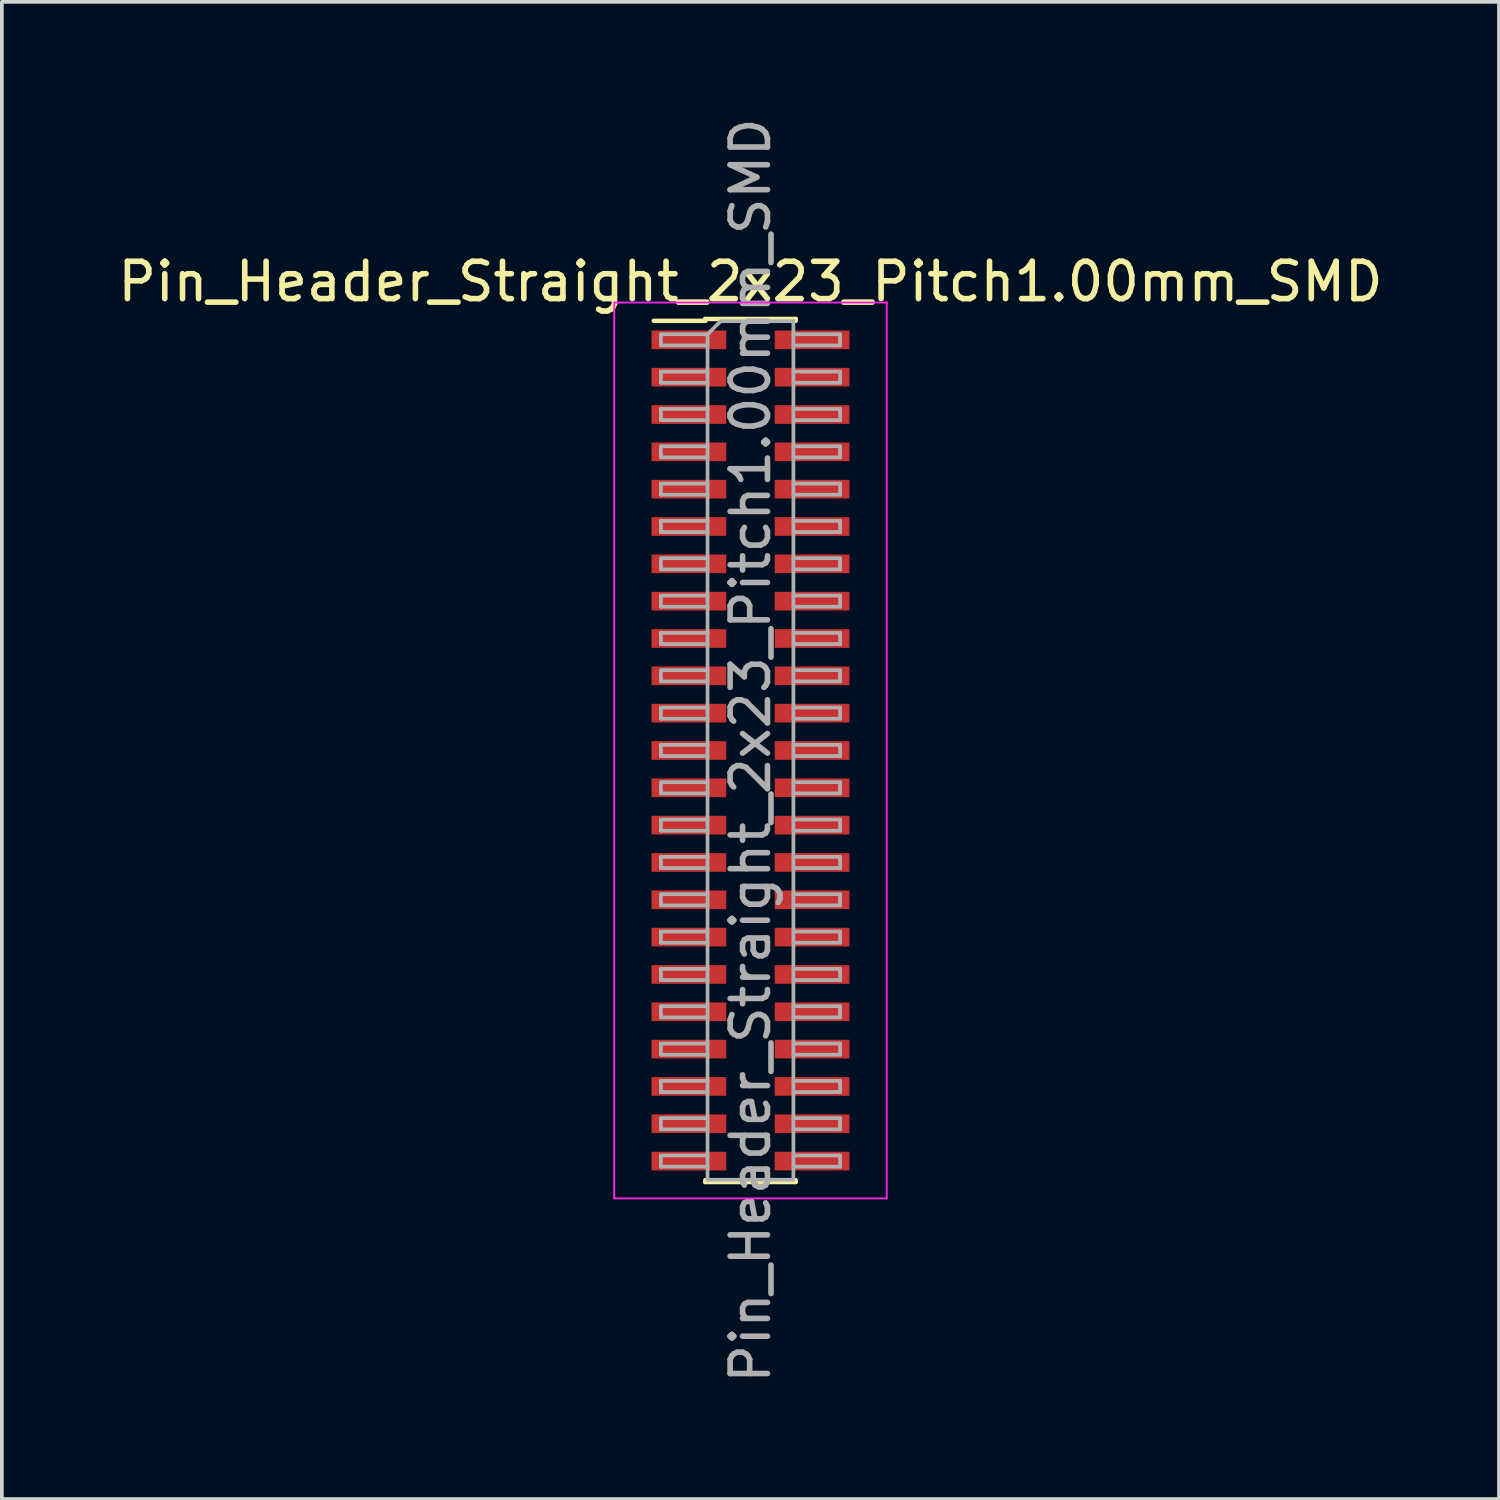
<source format=kicad_pcb>
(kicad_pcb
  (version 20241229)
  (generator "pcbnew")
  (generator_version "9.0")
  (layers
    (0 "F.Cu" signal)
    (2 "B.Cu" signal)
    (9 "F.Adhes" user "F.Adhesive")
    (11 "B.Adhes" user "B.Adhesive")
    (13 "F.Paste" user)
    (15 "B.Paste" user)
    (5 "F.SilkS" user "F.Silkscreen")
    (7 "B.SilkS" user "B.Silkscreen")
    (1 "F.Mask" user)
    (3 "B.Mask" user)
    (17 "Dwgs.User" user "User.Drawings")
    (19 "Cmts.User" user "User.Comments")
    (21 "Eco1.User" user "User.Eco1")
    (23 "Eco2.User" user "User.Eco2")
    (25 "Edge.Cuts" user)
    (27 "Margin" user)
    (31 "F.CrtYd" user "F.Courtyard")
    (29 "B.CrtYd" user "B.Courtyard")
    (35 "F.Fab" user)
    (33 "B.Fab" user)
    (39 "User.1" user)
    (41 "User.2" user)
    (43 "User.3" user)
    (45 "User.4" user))
  (footprint "Pin_Header_Straight_2x23_Pitch1.00mm_SMD"
    (layer "F.Cu")
    (at 17.054 17.054)
    (property "Reference" "Pin_Header_Straight_2x23_Pitch1.00mm_SMD" (at 0 -12.56 0) (layer "F.SilkS") (effects (font (size 1 1) (thickness 0.15))))
    (attr smd)
    (fp_line (start -2.59 -11.51) (end -1.21 -11.51) (stroke (width 0.12) (type solid)) (layer "F.SilkS"))
    (fp_line (start -1.21 -11.56) (end -1.21 -11.51) (stroke (width 0.12) (type solid)) (layer "F.SilkS"))
    (fp_line (start -1.21 -11.56) (end 1.21 -11.56) (stroke (width 0.12) (type solid)) (layer "F.SilkS"))
    (fp_line (start -1.21 11.51) (end -1.21 11.56) (stroke (width 0.12) (type solid)) (layer "F.SilkS"))
    (fp_line (start -1.21 11.56) (end 1.21 11.56) (stroke (width 0.12) (type solid)) (layer "F.SilkS"))
    (fp_line (start 1.21 -11.56) (end 1.21 -11.51) (stroke (width 0.12) (type solid)) (layer "F.SilkS"))
    (fp_line (start 1.21 11.51) (end 1.21 11.56) (stroke (width 0.12) (type solid)) (layer "F.SilkS"))
    (fp_line (start -3.65 -12) (end -3.65 12) (stroke (width 0.05) (type solid)) (layer "F.CrtYd"))
    (fp_line (start -3.65 12) (end 3.65 12) (stroke (width 0.05) (type solid)) (layer "F.CrtYd"))
    (fp_line (start 3.65 -12) (end -3.65 -12) (stroke (width 0.05) (type solid)) (layer "F.CrtYd"))
    (fp_line (start 3.65 12) (end 3.65 -12) (stroke (width 0.05) (type solid)) (layer "F.CrtYd"))
    (fp_line (start -2.4 -11.15) (end -2.4 -10.85) (stroke (width 0.1) (type solid)) (layer "F.Fab"))
    (fp_line (start -2.4 -10.85) (end -1.15 -10.85) (stroke (width 0.1) (type solid)) (layer "F.Fab"))
    (fp_line (start -2.4 -10.15) (end -2.4 -9.85) (stroke (width 0.1) (type solid)) (layer "F.Fab"))
    (fp_line (start -2.4 -9.85) (end -1.15 -9.85) (stroke (width 0.1) (type solid)) (layer "F.Fab"))
    (fp_line (start -2.4 -9.15) (end -2.4 -8.85) (stroke (width 0.1) (type solid)) (layer "F.Fab"))
    (fp_line (start -2.4 -8.85) (end -1.15 -8.85) (stroke (width 0.1) (type solid)) (layer "F.Fab"))
    (fp_line (start -2.4 -8.15) (end -2.4 -7.85) (stroke (width 0.1) (type solid)) (layer "F.Fab"))
    (fp_line (start -2.4 -7.85) (end -1.15 -7.85) (stroke (width 0.1) (type solid)) (layer "F.Fab"))
    (fp_line (start -2.4 -7.15) (end -2.4 -6.85) (stroke (width 0.1) (type solid)) (layer "F.Fab"))
    (fp_line (start -2.4 -6.85) (end -1.15 -6.85) (stroke (width 0.1) (type solid)) (layer "F.Fab"))
    (fp_line (start -2.4 -6.15) (end -2.4 -5.85) (stroke (width 0.1) (type solid)) (layer "F.Fab"))
    (fp_line (start -2.4 -5.85) (end -1.15 -5.85) (stroke (width 0.1) (type solid)) (layer "F.Fab"))
    (fp_line (start -2.4 -5.15) (end -2.4 -4.85) (stroke (width 0.1) (type solid)) (layer "F.Fab"))
    (fp_line (start -2.4 -4.85) (end -1.15 -4.85) (stroke (width 0.1) (type solid)) (layer "F.Fab"))
    (fp_line (start -2.4 -4.15) (end -2.4 -3.85) (stroke (width 0.1) (type solid)) (layer "F.Fab"))
    (fp_line (start -2.4 -3.85) (end -1.15 -3.85) (stroke (width 0.1) (type solid)) (layer "F.Fab"))
    (fp_line (start -2.4 -3.15) (end -2.4 -2.85) (stroke (width 0.1) (type solid)) (layer "F.Fab"))
    (fp_line (start -2.4 -2.85) (end -1.15 -2.85) (stroke (width 0.1) (type solid)) (layer "F.Fab"))
    (fp_line (start -2.4 -2.15) (end -2.4 -1.85) (stroke (width 0.1) (type solid)) (layer "F.Fab"))
    (fp_line (start -2.4 -1.85) (end -1.15 -1.85) (stroke (width 0.1) (type solid)) (layer "F.Fab"))
    (fp_line (start -2.4 -1.15) (end -2.4 -0.85) (stroke (width 0.1) (type solid)) (layer "F.Fab"))
    (fp_line (start -2.4 -0.85) (end -1.15 -0.85) (stroke (width 0.1) (type solid)) (layer "F.Fab"))
    (fp_line (start -2.4 -0.15) (end -2.4 0.15) (stroke (width 0.1) (type solid)) (layer "F.Fab"))
    (fp_line (start -2.4 0.15) (end -1.15 0.15) (stroke (width 0.1) (type solid)) (layer "F.Fab"))
    (fp_line (start -2.4 0.85) (end -2.4 1.15) (stroke (width 0.1) (type solid)) (layer "F.Fab"))
    (fp_line (start -2.4 1.15) (end -1.15 1.15) (stroke (width 0.1) (type solid)) (layer "F.Fab"))
    (fp_line (start -2.4 1.85) (end -2.4 2.15) (stroke (width 0.1) (type solid)) (layer "F.Fab"))
    (fp_line (start -2.4 2.15) (end -1.15 2.15) (stroke (width 0.1) (type solid)) (layer "F.Fab"))
    (fp_line (start -2.4 2.85) (end -2.4 3.15) (stroke (width 0.1) (type solid)) (layer "F.Fab"))
    (fp_line (start -2.4 3.15) (end -1.15 3.15) (stroke (width 0.1) (type solid)) (layer "F.Fab"))
    (fp_line (start -2.4 3.85) (end -2.4 4.15) (stroke (width 0.1) (type solid)) (layer "F.Fab"))
    (fp_line (start -2.4 4.15) (end -1.15 4.15) (stroke (width 0.1) (type solid)) (layer "F.Fab"))
    (fp_line (start -2.4 4.85) (end -2.4 5.15) (stroke (width 0.1) (type solid)) (layer "F.Fab"))
    (fp_line (start -2.4 5.15) (end -1.15 5.15) (stroke (width 0.1) (type solid)) (layer "F.Fab"))
    (fp_line (start -2.4 5.85) (end -2.4 6.15) (stroke (width 0.1) (type solid)) (layer "F.Fab"))
    (fp_line (start -2.4 6.15) (end -1.15 6.15) (stroke (width 0.1) (type solid)) (layer "F.Fab"))
    (fp_line (start -2.4 6.85) (end -2.4 7.15) (stroke (width 0.1) (type solid)) (layer "F.Fab"))
    (fp_line (start -2.4 7.15) (end -1.15 7.15) (stroke (width 0.1) (type solid)) (layer "F.Fab"))
    (fp_line (start -2.4 7.85) (end -2.4 8.15) (stroke (width 0.1) (type solid)) (layer "F.Fab"))
    (fp_line (start -2.4 8.15) (end -1.15 8.15) (stroke (width 0.1) (type solid)) (layer "F.Fab"))
    (fp_line (start -2.4 8.85) (end -2.4 9.15) (stroke (width 0.1) (type solid)) (layer "F.Fab"))
    (fp_line (start -2.4 9.15) (end -1.15 9.15) (stroke (width 0.1) (type solid)) (layer "F.Fab"))
    (fp_line (start -2.4 9.85) (end -2.4 10.15) (stroke (width 0.1) (type solid)) (layer "F.Fab"))
    (fp_line (start -2.4 10.15) (end -1.15 10.15) (stroke (width 0.1) (type solid)) (layer "F.Fab"))
    (fp_line (start -2.4 10.85) (end -2.4 11.15) (stroke (width 0.1) (type solid)) (layer "F.Fab"))
    (fp_line (start -2.4 11.15) (end -1.15 11.15) (stroke (width 0.1) (type solid)) (layer "F.Fab"))
    (fp_line (start -1.15 -11.15) (end -2.4 -11.15) (stroke (width 0.1) (type solid)) (layer "F.Fab"))
    (fp_line (start -1.15 -11.15) (end -0.8 -11.5) (stroke (width 0.1) (type solid)) (layer "F.Fab"))
    (fp_line (start -1.15 -10.15) (end -2.4 -10.15) (stroke (width 0.1) (type solid)) (layer "F.Fab"))
    (fp_line (start -1.15 -9.15) (end -2.4 -9.15) (stroke (width 0.1) (type solid)) (layer "F.Fab"))
    (fp_line (start -1.15 -8.15) (end -2.4 -8.15) (stroke (width 0.1) (type solid)) (layer "F.Fab"))
    (fp_line (start -1.15 -7.15) (end -2.4 -7.15) (stroke (width 0.1) (type solid)) (layer "F.Fab"))
    (fp_line (start -1.15 -6.15) (end -2.4 -6.15) (stroke (width 0.1) (type solid)) (layer "F.Fab"))
    (fp_line (start -1.15 -5.15) (end -2.4 -5.15) (stroke (width 0.1) (type solid)) (layer "F.Fab"))
    (fp_line (start -1.15 -4.15) (end -2.4 -4.15) (stroke (width 0.1) (type solid)) (layer "F.Fab"))
    (fp_line (start -1.15 -3.15) (end -2.4 -3.15) (stroke (width 0.1) (type solid)) (layer "F.Fab"))
    (fp_line (start -1.15 -2.15) (end -2.4 -2.15) (stroke (width 0.1) (type solid)) (layer "F.Fab"))
    (fp_line (start -1.15 -1.15) (end -2.4 -1.15) (stroke (width 0.1) (type solid)) (layer "F.Fab"))
    (fp_line (start -1.15 -0.15) (end -2.4 -0.15) (stroke (width 0.1) (type solid)) (layer "F.Fab"))
    (fp_line (start -1.15 0.85) (end -2.4 0.85) (stroke (width 0.1) (type solid)) (layer "F.Fab"))
    (fp_line (start -1.15 1.85) (end -2.4 1.85) (stroke (width 0.1) (type solid)) (layer "F.Fab"))
    (fp_line (start -1.15 2.85) (end -2.4 2.85) (stroke (width 0.1) (type solid)) (layer "F.Fab"))
    (fp_line (start -1.15 3.85) (end -2.4 3.85) (stroke (width 0.1) (type solid)) (layer "F.Fab"))
    (fp_line (start -1.15 4.85) (end -2.4 4.85) (stroke (width 0.1) (type solid)) (layer "F.Fab"))
    (fp_line (start -1.15 5.85) (end -2.4 5.85) (stroke (width 0.1) (type solid)) (layer "F.Fab"))
    (fp_line (start -1.15 6.85) (end -2.4 6.85) (stroke (width 0.1) (type solid)) (layer "F.Fab"))
    (fp_line (start -1.15 7.85) (end -2.4 7.85) (stroke (width 0.1) (type solid)) (layer "F.Fab"))
    (fp_line (start -1.15 8.85) (end -2.4 8.85) (stroke (width 0.1) (type solid)) (layer "F.Fab"))
    (fp_line (start -1.15 9.85) (end -2.4 9.85) (stroke (width 0.1) (type solid)) (layer "F.Fab"))
    (fp_line (start -1.15 10.85) (end -2.4 10.85) (stroke (width 0.1) (type solid)) (layer "F.Fab"))
    (fp_line (start -1.15 11.5) (end -1.15 -11.15) (stroke (width 0.1) (type solid)) (layer "F.Fab"))
    (fp_line (start -0.8 -11.5) (end 1.15 -11.5) (stroke (width 0.1) (type solid)) (layer "F.Fab"))
    (fp_line (start 1.15 -11.5) (end 1.15 11.5) (stroke (width 0.1) (type solid)) (layer "F.Fab"))
    (fp_line (start 1.15 -11.15) (end 2.4 -11.15) (stroke (width 0.1) (type solid)) (layer "F.Fab"))
    (fp_line (start 1.15 -10.15) (end 2.4 -10.15) (stroke (width 0.1) (type solid)) (layer "F.Fab"))
    (fp_line (start 1.15 -9.15) (end 2.4 -9.15) (stroke (width 0.1) (type solid)) (layer "F.Fab"))
    (fp_line (start 1.15 -8.15) (end 2.4 -8.15) (stroke (width 0.1) (type solid)) (layer "F.Fab"))
    (fp_line (start 1.15 -7.15) (end 2.4 -7.15) (stroke (width 0.1) (type solid)) (layer "F.Fab"))
    (fp_line (start 1.15 -6.15) (end 2.4 -6.15) (stroke (width 0.1) (type solid)) (layer "F.Fab"))
    (fp_line (start 1.15 -5.15) (end 2.4 -5.15) (stroke (width 0.1) (type solid)) (layer "F.Fab"))
    (fp_line (start 1.15 -4.15) (end 2.4 -4.15) (stroke (width 0.1) (type solid)) (layer "F.Fab"))
    (fp_line (start 1.15 -3.15) (end 2.4 -3.15) (stroke (width 0.1) (type solid)) (layer "F.Fab"))
    (fp_line (start 1.15 -2.15) (end 2.4 -2.15) (stroke (width 0.1) (type solid)) (layer "F.Fab"))
    (fp_line (start 1.15 -1.15) (end 2.4 -1.15) (stroke (width 0.1) (type solid)) (layer "F.Fab"))
    (fp_line (start 1.15 -0.15) (end 2.4 -0.15) (stroke (width 0.1) (type solid)) (layer "F.Fab"))
    (fp_line (start 1.15 0.85) (end 2.4 0.85) (stroke (width 0.1) (type solid)) (layer "F.Fab"))
    (fp_line (start 1.15 1.85) (end 2.4 1.85) (stroke (width 0.1) (type solid)) (layer "F.Fab"))
    (fp_line (start 1.15 2.85) (end 2.4 2.85) (stroke (width 0.1) (type solid)) (layer "F.Fab"))
    (fp_line (start 1.15 3.85) (end 2.4 3.85) (stroke (width 0.1) (type solid)) (layer "F.Fab"))
    (fp_line (start 1.15 4.85) (end 2.4 4.85) (stroke (width 0.1) (type solid)) (layer "F.Fab"))
    (fp_line (start 1.15 5.85) (end 2.4 5.85) (stroke (width 0.1) (type solid)) (layer "F.Fab"))
    (fp_line (start 1.15 6.85) (end 2.4 6.85) (stroke (width 0.1) (type solid)) (layer "F.Fab"))
    (fp_line (start 1.15 7.85) (end 2.4 7.85) (stroke (width 0.1) (type solid)) (layer "F.Fab"))
    (fp_line (start 1.15 8.85) (end 2.4 8.85) (stroke (width 0.1) (type solid)) (layer "F.Fab"))
    (fp_line (start 1.15 9.85) (end 2.4 9.85) (stroke (width 0.1) (type solid)) (layer "F.Fab"))
    (fp_line (start 1.15 10.85) (end 2.4 10.85) (stroke (width 0.1) (type solid)) (layer "F.Fab"))
    (fp_line (start 1.15 11.5) (end -1.15 11.5) (stroke (width 0.1) (type solid)) (layer "F.Fab"))
    (fp_line (start 2.4 -11.15) (end 2.4 -10.85) (stroke (width 0.1) (type solid)) (layer "F.Fab"))
    (fp_line (start 2.4 -10.85) (end 1.15 -10.85) (stroke (width 0.1) (type solid)) (layer "F.Fab"))
    (fp_line (start 2.4 -10.15) (end 2.4 -9.85) (stroke (width 0.1) (type solid)) (layer "F.Fab"))
    (fp_line (start 2.4 -9.85) (end 1.15 -9.85) (stroke (width 0.1) (type solid)) (layer "F.Fab"))
    (fp_line (start 2.4 -9.15) (end 2.4 -8.85) (stroke (width 0.1) (type solid)) (layer "F.Fab"))
    (fp_line (start 2.4 -8.85) (end 1.15 -8.85) (stroke (width 0.1) (type solid)) (layer "F.Fab"))
    (fp_line (start 2.4 -8.15) (end 2.4 -7.85) (stroke (width 0.1) (type solid)) (layer "F.Fab"))
    (fp_line (start 2.4 -7.85) (end 1.15 -7.85) (stroke (width 0.1) (type solid)) (layer "F.Fab"))
    (fp_line (start 2.4 -7.15) (end 2.4 -6.85) (stroke (width 0.1) (type solid)) (layer "F.Fab"))
    (fp_line (start 2.4 -6.85) (end 1.15 -6.85) (stroke (width 0.1) (type solid)) (layer "F.Fab"))
    (fp_line (start 2.4 -6.15) (end 2.4 -5.85) (stroke (width 0.1) (type solid)) (layer "F.Fab"))
    (fp_line (start 2.4 -5.85) (end 1.15 -5.85) (stroke (width 0.1) (type solid)) (layer "F.Fab"))
    (fp_line (start 2.4 -5.15) (end 2.4 -4.85) (stroke (width 0.1) (type solid)) (layer "F.Fab"))
    (fp_line (start 2.4 -4.85) (end 1.15 -4.85) (stroke (width 0.1) (type solid)) (layer "F.Fab"))
    (fp_line (start 2.4 -4.15) (end 2.4 -3.85) (stroke (width 0.1) (type solid)) (layer "F.Fab"))
    (fp_line (start 2.4 -3.85) (end 1.15 -3.85) (stroke (width 0.1) (type solid)) (layer "F.Fab"))
    (fp_line (start 2.4 -3.15) (end 2.4 -2.85) (stroke (width 0.1) (type solid)) (layer "F.Fab"))
    (fp_line (start 2.4 -2.85) (end 1.15 -2.85) (stroke (width 0.1) (type solid)) (layer "F.Fab"))
    (fp_line (start 2.4 -2.15) (end 2.4 -1.85) (stroke (width 0.1) (type solid)) (layer "F.Fab"))
    (fp_line (start 2.4 -1.85) (end 1.15 -1.85) (stroke (width 0.1) (type solid)) (layer "F.Fab"))
    (fp_line (start 2.4 -1.15) (end 2.4 -0.85) (stroke (width 0.1) (type solid)) (layer "F.Fab"))
    (fp_line (start 2.4 -0.85) (end 1.15 -0.85) (stroke (width 0.1) (type solid)) (layer "F.Fab"))
    (fp_line (start 2.4 -0.15) (end 2.4 0.15) (stroke (width 0.1) (type solid)) (layer "F.Fab"))
    (fp_line (start 2.4 0.15) (end 1.15 0.15) (stroke (width 0.1) (type solid)) (layer "F.Fab"))
    (fp_line (start 2.4 0.85) (end 2.4 1.15) (stroke (width 0.1) (type solid)) (layer "F.Fab"))
    (fp_line (start 2.4 1.15) (end 1.15 1.15) (stroke (width 0.1) (type solid)) (layer "F.Fab"))
    (fp_line (start 2.4 1.85) (end 2.4 2.15) (stroke (width 0.1) (type solid)) (layer "F.Fab"))
    (fp_line (start 2.4 2.15) (end 1.15 2.15) (stroke (width 0.1) (type solid)) (layer "F.Fab"))
    (fp_line (start 2.4 2.85) (end 2.4 3.15) (stroke (width 0.1) (type solid)) (layer "F.Fab"))
    (fp_line (start 2.4 3.15) (end 1.15 3.15) (stroke (width 0.1) (type solid)) (layer "F.Fab"))
    (fp_line (start 2.4 3.85) (end 2.4 4.15) (stroke (width 0.1) (type solid)) (layer "F.Fab"))
    (fp_line (start 2.4 4.15) (end 1.15 4.15) (stroke (width 0.1) (type solid)) (layer "F.Fab"))
    (fp_line (start 2.4 4.85) (end 2.4 5.15) (stroke (width 0.1) (type solid)) (layer "F.Fab"))
    (fp_line (start 2.4 5.15) (end 1.15 5.15) (stroke (width 0.1) (type solid)) (layer "F.Fab"))
    (fp_line (start 2.4 5.85) (end 2.4 6.15) (stroke (width 0.1) (type solid)) (layer "F.Fab"))
    (fp_line (start 2.4 6.15) (end 1.15 6.15) (stroke (width 0.1) (type solid)) (layer "F.Fab"))
    (fp_line (start 2.4 6.85) (end 2.4 7.15) (stroke (width 0.1) (type solid)) (layer "F.Fab"))
    (fp_line (start 2.4 7.15) (end 1.15 7.15) (stroke (width 0.1) (type solid)) (layer "F.Fab"))
    (fp_line (start 2.4 7.85) (end 2.4 8.15) (stroke (width 0.1) (type solid)) (layer "F.Fab"))
    (fp_line (start 2.4 8.15) (end 1.15 8.15) (stroke (width 0.1) (type solid)) (layer "F.Fab"))
    (fp_line (start 2.4 8.85) (end 2.4 9.15) (stroke (width 0.1) (type solid)) (layer "F.Fab"))
    (fp_line (start 2.4 9.15) (end 1.15 9.15) (stroke (width 0.1) (type solid)) (layer "F.Fab"))
    (fp_line (start 2.4 9.85) (end 2.4 10.15) (stroke (width 0.1) (type solid)) (layer "F.Fab"))
    (fp_line (start 2.4 10.15) (end 1.15 10.15) (stroke (width 0.1) (type solid)) (layer "F.Fab"))
    (fp_line (start 2.4 10.85) (end 2.4 11.15) (stroke (width 0.1) (type solid)) (layer "F.Fab"))
    (fp_line (start 2.4 11.15) (end 1.15 11.15) (stroke (width 0.1) (type solid)) (layer "F.Fab"))
    (fp_text user "${REFERENCE}" (at 0 0 90) (layer "F.Fab") (effects (font (size 1 1) (thickness 0.15))))
    (pad "1" smd rect (at -1.65 -11) (size 2 0.5) (layers "F.Cu" "F.Mask" "F.Paste"))
    (pad "2" smd rect (at 1.65 -11) (size 2 0.5) (layers "F.Cu" "F.Mask" "F.Paste"))
    (pad "3" smd rect (at -1.65 -10) (size 2 0.5) (layers "F.Cu" "F.Mask" "F.Paste"))
    (pad "4" smd rect (at 1.65 -10) (size 2 0.5) (layers "F.Cu" "F.Mask" "F.Paste"))
    (pad "5" smd rect (at -1.65 -9) (size 2 0.5) (layers "F.Cu" "F.Mask" "F.Paste"))
    (pad "6" smd rect (at 1.65 -9) (size 2 0.5) (layers "F.Cu" "F.Mask" "F.Paste"))
    (pad "7" smd rect (at -1.65 -8) (size 2 0.5) (layers "F.Cu" "F.Mask" "F.Paste"))
    (pad "8" smd rect (at 1.65 -8) (size 2 0.5) (layers "F.Cu" "F.Mask" "F.Paste"))
    (pad "9" smd rect (at -1.65 -7) (size 2 0.5) (layers "F.Cu" "F.Mask" "F.Paste"))
    (pad "10" smd rect (at 1.65 -7) (size 2 0.5) (layers "F.Cu" "F.Mask" "F.Paste"))
    (pad "11" smd rect (at -1.65 -6) (size 2 0.5) (layers "F.Cu" "F.Mask" "F.Paste"))
    (pad "12" smd rect (at 1.65 -6) (size 2 0.5) (layers "F.Cu" "F.Mask" "F.Paste"))
    (pad "13" smd rect (at -1.65 -5) (size 2 0.5) (layers "F.Cu" "F.Mask" "F.Paste"))
    (pad "14" smd rect (at 1.65 -5) (size 2 0.5) (layers "F.Cu" "F.Mask" "F.Paste"))
    (pad "15" smd rect (at -1.65 -4) (size 2 0.5) (layers "F.Cu" "F.Mask" "F.Paste"))
    (pad "16" smd rect (at 1.65 -4) (size 2 0.5) (layers "F.Cu" "F.Mask" "F.Paste"))
    (pad "17" smd rect (at -1.65 -3) (size 2 0.5) (layers "F.Cu" "F.Mask" "F.Paste"))
    (pad "18" smd rect (at 1.65 -3) (size 2 0.5) (layers "F.Cu" "F.Mask" "F.Paste"))
    (pad "19" smd rect (at -1.65 -2) (size 2 0.5) (layers "F.Cu" "F.Mask" "F.Paste"))
    (pad "20" smd rect (at 1.65 -2) (size 2 0.5) (layers "F.Cu" "F.Mask" "F.Paste"))
    (pad "21" smd rect (at -1.65 -1) (size 2 0.5) (layers "F.Cu" "F.Mask" "F.Paste"))
    (pad "22" smd rect (at 1.65 -1) (size 2 0.5) (layers "F.Cu" "F.Mask" "F.Paste"))
    (pad "23" smd rect (at -1.65 0) (size 2 0.5) (layers "F.Cu" "F.Mask" "F.Paste"))
    (pad "24" smd rect (at 1.65 0) (size 2 0.5) (layers "F.Cu" "F.Mask" "F.Paste"))
    (pad "25" smd rect (at -1.65 1) (size 2 0.5) (layers "F.Cu" "F.Mask" "F.Paste"))
    (pad "26" smd rect (at 1.65 1) (size 2 0.5) (layers "F.Cu" "F.Mask" "F.Paste"))
    (pad "27" smd rect (at -1.65 2) (size 2 0.5) (layers "F.Cu" "F.Mask" "F.Paste"))
    (pad "28" smd rect (at 1.65 2) (size 2 0.5) (layers "F.Cu" "F.Mask" "F.Paste"))
    (pad "29" smd rect (at -1.65 3) (size 2 0.5) (layers "F.Cu" "F.Mask" "F.Paste"))
    (pad "30" smd rect (at 1.65 3) (size 2 0.5) (layers "F.Cu" "F.Mask" "F.Paste"))
    (pad "31" smd rect (at -1.65 4) (size 2 0.5) (layers "F.Cu" "F.Mask" "F.Paste"))
    (pad "32" smd rect (at 1.65 4) (size 2 0.5) (layers "F.Cu" "F.Mask" "F.Paste"))
    (pad "33" smd rect (at -1.65 5) (size 2 0.5) (layers "F.Cu" "F.Mask" "F.Paste"))
    (pad "34" smd rect (at 1.65 5) (size 2 0.5) (layers "F.Cu" "F.Mask" "F.Paste"))
    (pad "35" smd rect (at -1.65 6) (size 2 0.5) (layers "F.Cu" "F.Mask" "F.Paste"))
    (pad "36" smd rect (at 1.65 6) (size 2 0.5) (layers "F.Cu" "F.Mask" "F.Paste"))
    (pad "37" smd rect (at -1.65 7) (size 2 0.5) (layers "F.Cu" "F.Mask" "F.Paste"))
    (pad "38" smd rect (at 1.65 7) (size 2 0.5) (layers "F.Cu" "F.Mask" "F.Paste"))
    (pad "39" smd rect (at -1.65 8) (size 2 0.5) (layers "F.Cu" "F.Mask" "F.Paste"))
    (pad "40" smd rect (at 1.65 8) (size 2 0.5) (layers "F.Cu" "F.Mask" "F.Paste"))
    (pad "41" smd rect (at -1.65 9) (size 2 0.5) (layers "F.Cu" "F.Mask" "F.Paste"))
    (pad "42" smd rect (at 1.65 9) (size 2 0.5) (layers "F.Cu" "F.Mask" "F.Paste"))
    (pad "43" smd rect (at -1.65 10) (size 2 0.5) (layers "F.Cu" "F.Mask" "F.Paste"))
    (pad "44" smd rect (at 1.65 10) (size 2 0.5) (layers "F.Cu" "F.Mask" "F.Paste"))
    (pad "45" smd rect (at -1.65 11) (size 2 0.5) (layers "F.Cu" "F.Mask" "F.Paste"))
    (pad "46" smd rect (at 1.65 11) (size 2 0.5) (layers "F.Cu" "F.Mask" "F.Paste")))
  (gr_rect
    (start -3 -3)
    (end 37.107 37.107)
    (stroke (width 0.1) (type default))
    (fill no)
    (layer "Edge.Cuts")))
</source>
